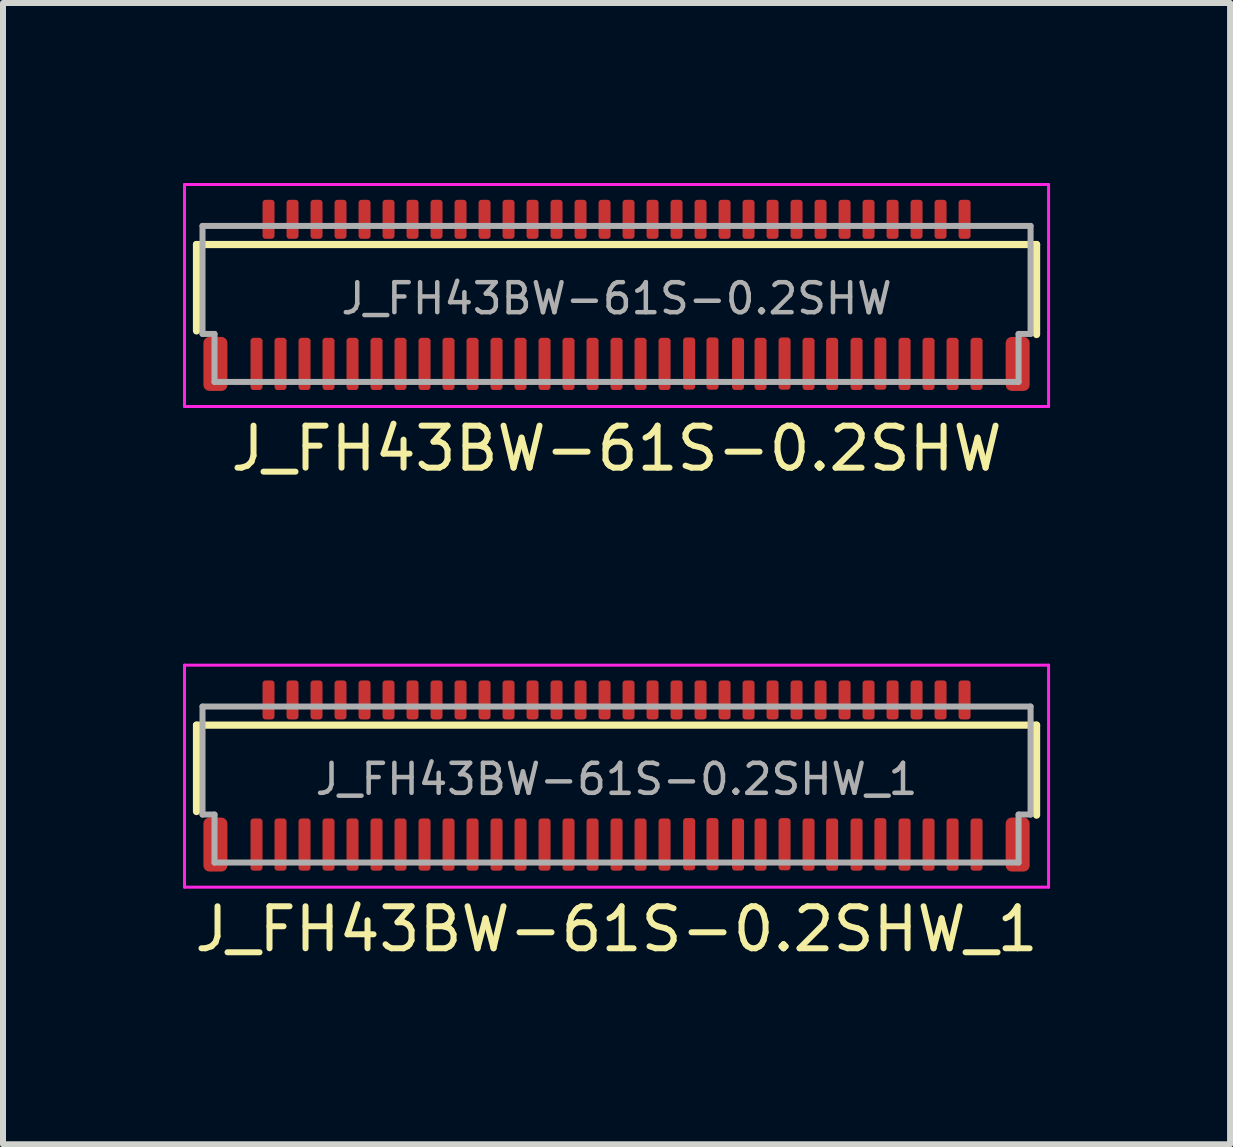
<source format=kicad_pcb>
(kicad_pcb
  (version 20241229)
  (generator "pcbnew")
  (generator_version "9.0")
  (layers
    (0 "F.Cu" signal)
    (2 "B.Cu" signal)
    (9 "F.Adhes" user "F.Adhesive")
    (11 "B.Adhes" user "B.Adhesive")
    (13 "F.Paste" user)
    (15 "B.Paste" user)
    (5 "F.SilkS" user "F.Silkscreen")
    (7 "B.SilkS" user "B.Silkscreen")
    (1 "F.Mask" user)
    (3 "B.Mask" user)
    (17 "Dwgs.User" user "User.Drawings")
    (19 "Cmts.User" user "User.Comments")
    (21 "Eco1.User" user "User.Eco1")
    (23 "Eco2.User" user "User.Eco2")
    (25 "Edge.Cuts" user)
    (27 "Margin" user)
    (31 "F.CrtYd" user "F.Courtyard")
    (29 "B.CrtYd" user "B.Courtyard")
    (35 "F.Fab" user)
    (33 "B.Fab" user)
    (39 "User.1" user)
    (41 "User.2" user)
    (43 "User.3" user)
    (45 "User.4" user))
  (footprint "J_FH43BW-61S-0.2SHW"
    (layer "F.Cu")
    (at 7.225 1.925)
    (property "Reference" "J_FH43BW-61S-0.2SHW" (at 0 2.5 0) (layer "F.SilkS") (effects (font (size 0.7 0.7) (thickness 0.1))))
    (attr smd)
    (fp_line (start -7 -0.9) (end -7 0.54) (stroke (width 0.12) (type solid)) (layer "F.SilkS"))
    (fp_line (start -7 -0.9) (end 7 -0.9) (stroke (width 0.12) (type solid)) (layer "F.SilkS"))
    (fp_line (start 7 0.6) (end 7 -0.9) (stroke (width 0.12) (type solid)) (layer "F.SilkS"))
    (fp_line (start -7.2 -1.9) (end 7.2 -1.9) (stroke (width 0.05) (type solid)) (layer "F.CrtYd"))
    (fp_line (start -7.2 1.8) (end -7.2 -1.9) (stroke (width 0.05) (type solid)) (layer "F.CrtYd"))
    (fp_line (start 7.2 1.8) (end -7.2 1.8) (stroke (width 0.05) (type solid)) (layer "F.CrtYd"))
    (fp_line (start 7.2 1.8) (end 7.2 -1.9) (stroke (width 0.05) (type solid)) (layer "F.CrtYd"))
    (fp_line (start -6.9 -1.21) (end -6.9 0.59) (stroke (width 0.1) (type solid)) (layer "F.Fab"))
    (fp_line (start -6.9 -1.21) (end 6.9 -1.21) (stroke (width 0.1) (type solid)) (layer "F.Fab"))
    (fp_line (start -6.9 0.59) (end -6.7 0.59) (stroke (width 0.1) (type solid)) (layer "F.Fab"))
    (fp_line (start -6.7 1.39) (end -6.7 0.59) (stroke (width 0.1) (type solid)) (layer "F.Fab"))
    (fp_line (start -6.7 1.39) (end 6.7 1.39) (stroke (width 0.1) (type solid)) (layer "F.Fab"))
    (fp_line (start 6.7 0.59) (end 6.9 0.59) (stroke (width 0.1) (type solid)) (layer "F.Fab"))
    (fp_line (start 6.7 1.39) (end 6.7 0.59) (stroke (width 0.1) (type solid)) (layer "F.Fab"))
    (fp_line (start 6.9 0.59) (end 6.9 -1.21) (stroke (width 0.1) (type solid)) (layer "F.Fab"))
    (fp_text user "${REFERENCE}" (at 0 0 0) (layer "F.Fab") (effects (font (size 0.5 0.5) (thickness 0.075))))
    (pad "1" smd roundrect (at -6 1.09) (size 0.2 0.87) (layers "F.Cu" "F.Mask" "F.Paste") (roundrect_rratio 0.25))
    (pad "2" smd roundrect (at -5.8 -1.32) (size 0.2 0.65) (layers "F.Cu" "F.Mask" "F.Paste") (roundrect_rratio 0.25))
    (pad "3" smd roundrect (at -5.6 1.09) (size 0.2 0.87) (layers "F.Cu" "F.Mask" "F.Paste") (roundrect_rratio 0.25))
    (pad "4" smd roundrect (at -5.4 -1.32) (size 0.2 0.65) (layers "F.Cu" "F.Mask" "F.Paste") (roundrect_rratio 0.25))
    (pad "5" smd roundrect (at -5.2 1.09) (size 0.2 0.87) (layers "F.Cu" "F.Mask" "F.Paste") (roundrect_rratio 0.25))
    (pad "6" smd roundrect (at -5 -1.32) (size 0.2 0.65) (layers "F.Cu" "F.Mask" "F.Paste") (roundrect_rratio 0.25))
    (pad "7" smd roundrect (at -4.8 1.09) (size 0.2 0.87) (layers "F.Cu" "F.Mask" "F.Paste") (roundrect_rratio 0.25))
    (pad "8" smd roundrect (at -4.6 -1.32) (size 0.2 0.65) (layers "F.Cu" "F.Mask" "F.Paste") (roundrect_rratio 0.25))
    (pad "9" smd roundrect (at -4.4 1.09) (size 0.2 0.87) (layers "F.Cu" "F.Mask" "F.Paste") (roundrect_rratio 0.25))
    (pad "10" smd roundrect (at -4.2 -1.32) (size 0.2 0.65) (layers "F.Cu" "F.Mask" "F.Paste") (roundrect_rratio 0.25))
    (pad "11" smd roundrect (at -4 1.09) (size 0.2 0.87) (layers "F.Cu" "F.Mask" "F.Paste") (roundrect_rratio 0.25))
    (pad "12" smd roundrect (at -3.8 -1.32) (size 0.2 0.65) (layers "F.Cu" "F.Mask" "F.Paste") (roundrect_rratio 0.25))
    (pad "13" smd roundrect (at -3.6 1.09) (size 0.2 0.87) (layers "F.Cu" "F.Mask" "F.Paste") (roundrect_rratio 0.25))
    (pad "14" smd roundrect (at -3.4 -1.32) (size 0.2 0.65) (layers "F.Cu" "F.Mask" "F.Paste") (roundrect_rratio 0.25))
    (pad "15" smd roundrect (at -3.2 1.09) (size 0.2 0.87) (layers "F.Cu" "F.Mask" "F.Paste") (roundrect_rratio 0.25))
    (pad "16" smd roundrect (at -3 -1.32) (size 0.2 0.65) (layers "F.Cu" "F.Mask" "F.Paste") (roundrect_rratio 0.25))
    (pad "17" smd roundrect (at -2.8 1.09) (size 0.2 0.87) (layers "F.Cu" "F.Mask" "F.Paste") (roundrect_rratio 0.25))
    (pad "18" smd roundrect (at -2.6 -1.32) (size 0.2 0.65) (layers "F.Cu" "F.Mask" "F.Paste") (roundrect_rratio 0.25))
    (pad "19" smd roundrect (at -2.4 1.09) (size 0.2 0.87) (layers "F.Cu" "F.Mask" "F.Paste") (roundrect_rratio 0.25))
    (pad "20" smd roundrect (at -2.2 -1.32) (size 0.2 0.65) (layers "F.Cu" "F.Mask" "F.Paste") (roundrect_rratio 0.25))
    (pad "21" smd roundrect (at -2 1.09) (size 0.2 0.87) (layers "F.Cu" "F.Mask" "F.Paste") (roundrect_rratio 0.25))
    (pad "22" smd roundrect (at -1.8 -1.32) (size 0.2 0.65) (layers "F.Cu" "F.Mask" "F.Paste") (roundrect_rratio 0.25))
    (pad "23" smd roundrect (at -1.6 1.09) (size 0.2 0.87) (layers "F.Cu" "F.Mask" "F.Paste") (roundrect_rratio 0.25))
    (pad "24" smd roundrect (at -1.4 -1.32) (size 0.2 0.65) (layers "F.Cu" "F.Mask" "F.Paste") (roundrect_rratio 0.25))
    (pad "25" smd roundrect (at -1.2 1.09) (size 0.2 0.87) (layers "F.Cu" "F.Mask" "F.Paste") (roundrect_rratio 0.25))
    (pad "26" smd roundrect (at -1 -1.32) (size 0.2 0.65) (layers "F.Cu" "F.Mask" "F.Paste") (roundrect_rratio 0.25))
    (pad "27" smd roundrect (at -0.8 1.09) (size 0.2 0.87) (layers "F.Cu" "F.Mask" "F.Paste") (roundrect_rratio 0.25))
    (pad "28" smd roundrect (at -0.6 -1.32) (size 0.2 0.65) (layers "F.Cu" "F.Mask" "F.Paste") (roundrect_rratio 0.25))
    (pad "29" smd roundrect (at -0.4 1.09) (size 0.2 0.87) (layers "F.Cu" "F.Mask" "F.Paste") (roundrect_rratio 0.25))
    (pad "30" smd roundrect (at -0.2 -1.32) (size 0.2 0.65) (layers "F.Cu" "F.Mask" "F.Paste") (roundrect_rratio 0.25))
    (pad "31" smd roundrect (at 0 1.09) (size 0.2 0.87) (layers "F.Cu" "F.Mask" "F.Paste") (roundrect_rratio 0.25))
    (pad "32" smd roundrect (at 0.2 -1.32) (size 0.2 0.65) (layers "F.Cu" "F.Mask" "F.Paste") (roundrect_rratio 0.25))
    (pad "33" smd roundrect (at 0.4 1.09) (size 0.2 0.87) (layers "F.Cu" "F.Mask" "F.Paste") (roundrect_rratio 0.25))
    (pad "34" smd roundrect (at 0.6 -1.32) (size 0.2 0.65) (layers "F.Cu" "F.Mask" "F.Paste") (roundrect_rratio 0.25))
    (pad "35" smd roundrect (at 0.8 1.09) (size 0.2 0.87) (layers "F.Cu" "F.Mask" "F.Paste") (roundrect_rratio 0.25))
    (pad "36" smd roundrect (at 1 -1.32) (size 0.2 0.65) (layers "F.Cu" "F.Mask" "F.Paste") (roundrect_rratio 0.25))
    (pad "37" smd roundrect (at 1.21 1.084) (size 0.2 0.87) (layers "F.Cu" "F.Mask" "F.Paste") (roundrect_rratio 0.25))
    (pad "38" smd roundrect (at 1.4 -1.32) (size 0.2 0.65) (layers "F.Cu" "F.Mask" "F.Paste") (roundrect_rratio 0.25))
    (pad "39" smd roundrect (at 1.599 1.084) (size 0.2 0.87) (layers "F.Cu" "F.Mask" "F.Paste") (roundrect_rratio 0.25))
    (pad "40" smd roundrect (at 1.8 -1.32) (size 0.2 0.65) (layers "F.Cu" "F.Mask" "F.Paste") (roundrect_rratio 0.25))
    (pad "41" smd roundrect (at 2.025 1.089) (size 0.2 0.87) (layers "F.Cu" "F.Mask" "F.Paste") (roundrect_rratio 0.25))
    (pad "42" smd roundrect (at 2.2 -1.32) (size 0.2 0.65) (layers "F.Cu" "F.Mask" "F.Paste") (roundrect_rratio 0.25))
    (pad "43" smd roundrect (at 2.4 1.09) (size 0.2 0.87) (layers "F.Cu" "F.Mask" "F.Paste") (roundrect_rratio 0.25))
    (pad "44" smd roundrect (at 2.6 -1.32) (size 0.2 0.65) (layers "F.Cu" "F.Mask" "F.Paste") (roundrect_rratio 0.25))
    (pad "45" smd roundrect (at 2.8 1.084) (size 0.2 0.87) (layers "F.Cu" "F.Mask" "F.Paste") (roundrect_rratio 0.25))
    (pad "46" smd roundrect (at 3 -1.32) (size 0.2 0.65) (layers "F.Cu" "F.Mask" "F.Paste") (roundrect_rratio 0.25))
    (pad "47" smd roundrect (at 3.2 1.09) (size 0.2 0.87) (layers "F.Cu" "F.Mask" "F.Paste") (roundrect_rratio 0.25))
    (pad "48" smd roundrect (at 3.4 -1.32) (size 0.2 0.65) (layers "F.Cu" "F.Mask" "F.Paste") (roundrect_rratio 0.25))
    (pad "49" smd roundrect (at 3.593 1.09) (size 0.2 0.87) (layers "F.Cu" "F.Mask" "F.Paste") (roundrect_rratio 0.25))
    (pad "50" smd roundrect (at 3.8 -1.32) (size 0.2 0.65) (layers "F.Cu" "F.Mask" "F.Paste") (roundrect_rratio 0.25))
    (pad "51" smd roundrect (at 4 1.09) (size 0.2 0.87) (layers "F.Cu" "F.Mask" "F.Paste") (roundrect_rratio 0.25))
    (pad "52" smd roundrect (at 4.2 -1.32) (size 0.2 0.65) (layers "F.Cu" "F.Mask" "F.Paste") (roundrect_rratio 0.25))
    (pad "53" smd roundrect (at 4.397 1.085) (size 0.2 0.87) (layers "F.Cu" "F.Mask" "F.Paste") (roundrect_rratio 0.25))
    (pad "54" smd roundrect (at 4.6 -1.32) (size 0.2 0.65) (layers "F.Cu" "F.Mask" "F.Paste") (roundrect_rratio 0.25))
    (pad "55" smd roundrect (at 4.8 1.09) (size 0.2 0.87) (layers "F.Cu" "F.Mask" "F.Paste") (roundrect_rratio 0.25))
    (pad "56" smd roundrect (at 5 -1.32) (size 0.2 0.65) (layers "F.Cu" "F.Mask" "F.Paste") (roundrect_rratio 0.25))
    (pad "57" smd roundrect (at 5.2 1.09) (size 0.2 0.87) (layers "F.Cu" "F.Mask" "F.Paste") (roundrect_rratio 0.25))
    (pad "58" smd roundrect (at 5.4 -1.32) (size 0.2 0.65) (layers "F.Cu" "F.Mask" "F.Paste") (roundrect_rratio 0.25))
    (pad "59" smd roundrect (at 5.6 1.09) (size 0.2 0.87) (layers "F.Cu" "F.Mask" "F.Paste") (roundrect_rratio 0.25))
    (pad "60" smd roundrect (at 5.8 -1.32) (size 0.2 0.65) (layers "F.Cu" "F.Mask" "F.Paste") (roundrect_rratio 0.25))
    (pad "61" smd roundrect (at 6 1.09) (size 0.2 0.87) (layers "F.Cu" "F.Mask" "F.Paste") (roundrect_rratio 0.25))
    (pad "62" smd roundrect (at -6.685 1.09) (size 0.4 0.9) (layers "F.Cu" "F.Mask" "F.Paste") (roundrect_rratio 0.25))
    (pad "63" smd roundrect (at 6.685 1.09) (size 0.4 0.9) (layers "F.Cu" "F.Mask" "F.Paste") (roundrect_rratio 0.25)))
  (footprint "J_FH43BW-61S-0.2SHW_1"
    (layer "F.Cu")
    (at 7.225 9.935)
    (property "Reference" "J_FH43BW-61S-0.2SHW_1" (at 0 2.5 0) (layer "F.SilkS") (effects (font (size 0.7 0.7) (thickness 0.1))))
    (attr smd)
    (fp_line (start -7 -0.9) (end -7 0.54) (stroke (width 0.12) (type solid)) (layer "F.SilkS"))
    (fp_line (start -7 -0.9) (end 7 -0.9) (stroke (width 0.12) (type solid)) (layer "F.SilkS"))
    (fp_line (start 7 0.6) (end 7 -0.9) (stroke (width 0.12) (type solid)) (layer "F.SilkS"))
    (fp_line (start -7.2 -1.9) (end 7.2 -1.9) (stroke (width 0.05) (type solid)) (layer "F.CrtYd"))
    (fp_line (start -7.2 1.8) (end -7.2 -1.9) (stroke (width 0.05) (type solid)) (layer "F.CrtYd"))
    (fp_line (start 7.2 1.8) (end -7.2 1.8) (stroke (width 0.05) (type solid)) (layer "F.CrtYd"))
    (fp_line (start 7.2 1.8) (end 7.2 -1.9) (stroke (width 0.05) (type solid)) (layer "F.CrtYd"))
    (fp_line (start -6.9 -1.21) (end -6.9 0.59) (stroke (width 0.1) (type solid)) (layer "F.Fab"))
    (fp_line (start -6.9 -1.21) (end 6.9 -1.21) (stroke (width 0.1) (type solid)) (layer "F.Fab"))
    (fp_line (start -6.9 0.59) (end -6.7 0.59) (stroke (width 0.1) (type solid)) (layer "F.Fab"))
    (fp_line (start -6.7 1.39) (end -6.7 0.59) (stroke (width 0.1) (type solid)) (layer "F.Fab"))
    (fp_line (start -6.7 1.39) (end 6.7 1.39) (stroke (width 0.1) (type solid)) (layer "F.Fab"))
    (fp_line (start 6.7 0.59) (end 6.9 0.59) (stroke (width 0.1) (type solid)) (layer "F.Fab"))
    (fp_line (start 6.7 1.39) (end 6.7 0.59) (stroke (width 0.1) (type solid)) (layer "F.Fab"))
    (fp_line (start 6.9 0.59) (end 6.9 -1.21) (stroke (width 0.1) (type solid)) (layer "F.Fab"))
    (fp_text user "${REFERENCE}" (at 0 0 0) (layer "F.Fab") (effects (font (size 0.5 0.5) (thickness 0.075))))
    (pad "1" smd roundrect (at -6 1.09) (size 0.2 0.87) (layers "F.Cu" "F.Mask" "F.Paste") (roundrect_rratio 0.25))
    (pad "2" smd roundrect (at -5.8 -1.32) (size 0.2 0.65) (layers "F.Cu" "F.Mask" "F.Paste") (roundrect_rratio 0.25))
    (pad "3" smd roundrect (at -5.6 1.09) (size 0.2 0.87) (layers "F.Cu" "F.Mask" "F.Paste") (roundrect_rratio 0.25))
    (pad "4" smd roundrect (at -5.4 -1.32) (size 0.2 0.65) (layers "F.Cu" "F.Mask" "F.Paste") (roundrect_rratio 0.25))
    (pad "5" smd roundrect (at -5.2 1.09) (size 0.2 0.87) (layers "F.Cu" "F.Mask" "F.Paste") (roundrect_rratio 0.25))
    (pad "6" smd roundrect (at -5 -1.32) (size 0.2 0.65) (layers "F.Cu" "F.Mask" "F.Paste") (roundrect_rratio 0.25))
    (pad "7" smd roundrect (at -4.8 1.09) (size 0.2 0.87) (layers "F.Cu" "F.Mask" "F.Paste") (roundrect_rratio 0.25))
    (pad "8" smd roundrect (at -4.6 -1.32) (size 0.2 0.65) (layers "F.Cu" "F.Mask" "F.Paste") (roundrect_rratio 0.25))
    (pad "9" smd roundrect (at -4.4 1.09) (size 0.2 0.87) (layers "F.Cu" "F.Mask" "F.Paste") (roundrect_rratio 0.25))
    (pad "10" smd roundrect (at -4.2 -1.32) (size 0.2 0.65) (layers "F.Cu" "F.Mask" "F.Paste") (roundrect_rratio 0.25))
    (pad "11" smd roundrect (at -4 1.09) (size 0.2 0.87) (layers "F.Cu" "F.Mask" "F.Paste") (roundrect_rratio 0.25))
    (pad "12" smd roundrect (at -3.8 -1.32) (size 0.2 0.65) (layers "F.Cu" "F.Mask" "F.Paste") (roundrect_rratio 0.25))
    (pad "13" smd roundrect (at -3.6 1.09) (size 0.2 0.87) (layers "F.Cu" "F.Mask" "F.Paste") (roundrect_rratio 0.25))
    (pad "14" smd roundrect (at -3.4 -1.32) (size 0.2 0.65) (layers "F.Cu" "F.Mask" "F.Paste") (roundrect_rratio 0.25))
    (pad "15" smd roundrect (at -3.2 1.09) (size 0.2 0.87) (layers "F.Cu" "F.Mask" "F.Paste") (roundrect_rratio 0.25))
    (pad "16" smd roundrect (at -3 -1.32) (size 0.2 0.65) (layers "F.Cu" "F.Mask" "F.Paste") (roundrect_rratio 0.25))
    (pad "17" smd roundrect (at -2.8 1.09) (size 0.2 0.87) (layers "F.Cu" "F.Mask" "F.Paste") (roundrect_rratio 0.25))
    (pad "18" smd roundrect (at -2.6 -1.32) (size 0.2 0.65) (layers "F.Cu" "F.Mask" "F.Paste") (roundrect_rratio 0.25))
    (pad "19" smd roundrect (at -2.4 1.09) (size 0.2 0.87) (layers "F.Cu" "F.Mask" "F.Paste") (roundrect_rratio 0.25))
    (pad "20" smd roundrect (at -2.2 -1.32) (size 0.2 0.65) (layers "F.Cu" "F.Mask" "F.Paste") (roundrect_rratio 0.25))
    (pad "21" smd roundrect (at -2 1.09) (size 0.2 0.87) (layers "F.Cu" "F.Mask" "F.Paste") (roundrect_rratio 0.25))
    (pad "22" smd roundrect (at -1.8 -1.32) (size 0.2 0.65) (layers "F.Cu" "F.Mask" "F.Paste") (roundrect_rratio 0.25))
    (pad "23" smd roundrect (at -1.6 1.09) (size 0.2 0.87) (layers "F.Cu" "F.Mask" "F.Paste") (roundrect_rratio 0.25))
    (pad "24" smd roundrect (at -1.4 -1.32) (size 0.2 0.65) (layers "F.Cu" "F.Mask" "F.Paste") (roundrect_rratio 0.25))
    (pad "25" smd roundrect (at -1.2 1.09) (size 0.2 0.87) (layers "F.Cu" "F.Mask" "F.Paste") (roundrect_rratio 0.25))
    (pad "26" smd roundrect (at -1 -1.32) (size 0.2 0.65) (layers "F.Cu" "F.Mask" "F.Paste") (roundrect_rratio 0.25))
    (pad "27" smd roundrect (at -0.8 1.09) (size 0.2 0.87) (layers "F.Cu" "F.Mask" "F.Paste") (roundrect_rratio 0.25))
    (pad "28" smd roundrect (at -0.6 -1.32) (size 0.2 0.65) (layers "F.Cu" "F.Mask" "F.Paste") (roundrect_rratio 0.25))
    (pad "29" smd roundrect (at -0.4 1.09) (size 0.2 0.87) (layers "F.Cu" "F.Mask" "F.Paste") (roundrect_rratio 0.25))
    (pad "30" smd roundrect (at -0.2 -1.32) (size 0.2 0.65) (layers "F.Cu" "F.Mask" "F.Paste") (roundrect_rratio 0.25))
    (pad "31" smd roundrect (at 0 1.09) (size 0.2 0.87) (layers "F.Cu" "F.Mask" "F.Paste") (roundrect_rratio 0.25))
    (pad "32" smd roundrect (at 0.2 -1.32) (size 0.2 0.65) (layers "F.Cu" "F.Mask" "F.Paste") (roundrect_rratio 0.25))
    (pad "33" smd roundrect (at 0.4 1.09) (size 0.2 0.87) (layers "F.Cu" "F.Mask" "F.Paste") (roundrect_rratio 0.25))
    (pad "34" smd roundrect (at 0.6 -1.32) (size 0.2 0.65) (layers "F.Cu" "F.Mask" "F.Paste") (roundrect_rratio 0.25))
    (pad "35" smd roundrect (at 0.8 1.09) (size 0.2 0.87) (layers "F.Cu" "F.Mask" "F.Paste") (roundrect_rratio 0.25))
    (pad "36" smd roundrect (at 1 -1.32) (size 0.2 0.65) (layers "F.Cu" "F.Mask" "F.Paste") (roundrect_rratio 0.25))
    (pad "37" smd roundrect (at 1.21 1.084) (size 0.2 0.87) (layers "F.Cu" "F.Mask" "F.Paste") (roundrect_rratio 0.25))
    (pad "38" smd roundrect (at 1.4 -1.32) (size 0.2 0.65) (layers "F.Cu" "F.Mask" "F.Paste") (roundrect_rratio 0.25))
    (pad "39" smd roundrect (at 1.599 1.084) (size 0.2 0.87) (layers "F.Cu" "F.Mask" "F.Paste") (roundrect_rratio 0.25))
    (pad "40" smd roundrect (at 1.8 -1.32) (size 0.2 0.65) (layers "F.Cu" "F.Mask" "F.Paste") (roundrect_rratio 0.25))
    (pad "41" smd roundrect (at 2.025 1.089) (size 0.2 0.87) (layers "F.Cu" "F.Mask" "F.Paste") (roundrect_rratio 0.25))
    (pad "42" smd roundrect (at 2.2 -1.32) (size 0.2 0.65) (layers "F.Cu" "F.Mask" "F.Paste") (roundrect_rratio 0.25))
    (pad "43" smd roundrect (at 2.4 1.09) (size 0.2 0.87) (layers "F.Cu" "F.Mask" "F.Paste") (roundrect_rratio 0.25))
    (pad "44" smd roundrect (at 2.6 -1.32) (size 0.2 0.65) (layers "F.Cu" "F.Mask" "F.Paste") (roundrect_rratio 0.25))
    (pad "45" smd roundrect (at 2.8 1.084) (size 0.2 0.87) (layers "F.Cu" "F.Mask" "F.Paste") (roundrect_rratio 0.25))
    (pad "46" smd roundrect (at 3 -1.32) (size 0.2 0.65) (layers "F.Cu" "F.Mask" "F.Paste") (roundrect_rratio 0.25))
    (pad "47" smd roundrect (at 3.2 1.09) (size 0.2 0.87) (layers "F.Cu" "F.Mask" "F.Paste") (roundrect_rratio 0.25))
    (pad "48" smd roundrect (at 3.4 -1.32) (size 0.2 0.65) (layers "F.Cu" "F.Mask" "F.Paste") (roundrect_rratio 0.25))
    (pad "49" smd roundrect (at 3.593 1.09) (size 0.2 0.87) (layers "F.Cu" "F.Mask" "F.Paste") (roundrect_rratio 0.25))
    (pad "50" smd roundrect (at 3.8 -1.32) (size 0.2 0.65) (layers "F.Cu" "F.Mask" "F.Paste") (roundrect_rratio 0.25))
    (pad "51" smd roundrect (at 4 1.09) (size 0.2 0.87) (layers "F.Cu" "F.Mask" "F.Paste") (roundrect_rratio 0.25))
    (pad "52" smd roundrect (at 4.2 -1.32) (size 0.2 0.65) (layers "F.Cu" "F.Mask" "F.Paste") (roundrect_rratio 0.25))
    (pad "53" smd roundrect (at 4.397 1.085) (size 0.2 0.87) (layers "F.Cu" "F.Mask" "F.Paste") (roundrect_rratio 0.25))
    (pad "54" smd roundrect (at 4.6 -1.32) (size 0.2 0.65) (layers "F.Cu" "F.Mask" "F.Paste") (roundrect_rratio 0.25))
    (pad "55" smd roundrect (at 4.8 1.09) (size 0.2 0.87) (layers "F.Cu" "F.Mask" "F.Paste") (roundrect_rratio 0.25))
    (pad "56" smd roundrect (at 5 -1.32) (size 0.2 0.65) (layers "F.Cu" "F.Mask" "F.Paste") (roundrect_rratio 0.25))
    (pad "57" smd roundrect (at 5.2 1.09) (size 0.2 0.87) (layers "F.Cu" "F.Mask" "F.Paste") (roundrect_rratio 0.25))
    (pad "58" smd roundrect (at 5.4 -1.32) (size 0.2 0.65) (layers "F.Cu" "F.Mask" "F.Paste") (roundrect_rratio 0.25))
    (pad "59" smd roundrect (at 5.6 1.09) (size 0.2 0.87) (layers "F.Cu" "F.Mask" "F.Paste") (roundrect_rratio 0.25))
    (pad "60" smd roundrect (at 5.8 -1.32) (size 0.2 0.65) (layers "F.Cu" "F.Mask" "F.Paste") (roundrect_rratio 0.25))
    (pad "61" smd roundrect (at 6 1.09) (size 0.2 0.87) (layers "F.Cu" "F.Mask" "F.Paste") (roundrect_rratio 0.25))
    (pad "62" smd roundrect (at -6.685 1.09) (size 0.4 0.9) (layers "F.Cu" "F.Mask" "F.Paste") (roundrect_rratio 0.25))
    (pad "63" smd roundrect (at 6.685 1.09) (size 0.4 0.9) (layers "F.Cu" "F.Mask" "F.Paste") (roundrect_rratio 0.25)))
  (gr_rect
    (start -3 -3)
    (end 17.45 16.02)
    (stroke (width 0.1) (type default))
    (fill no)
    (layer "Edge.Cuts")))
</source>
